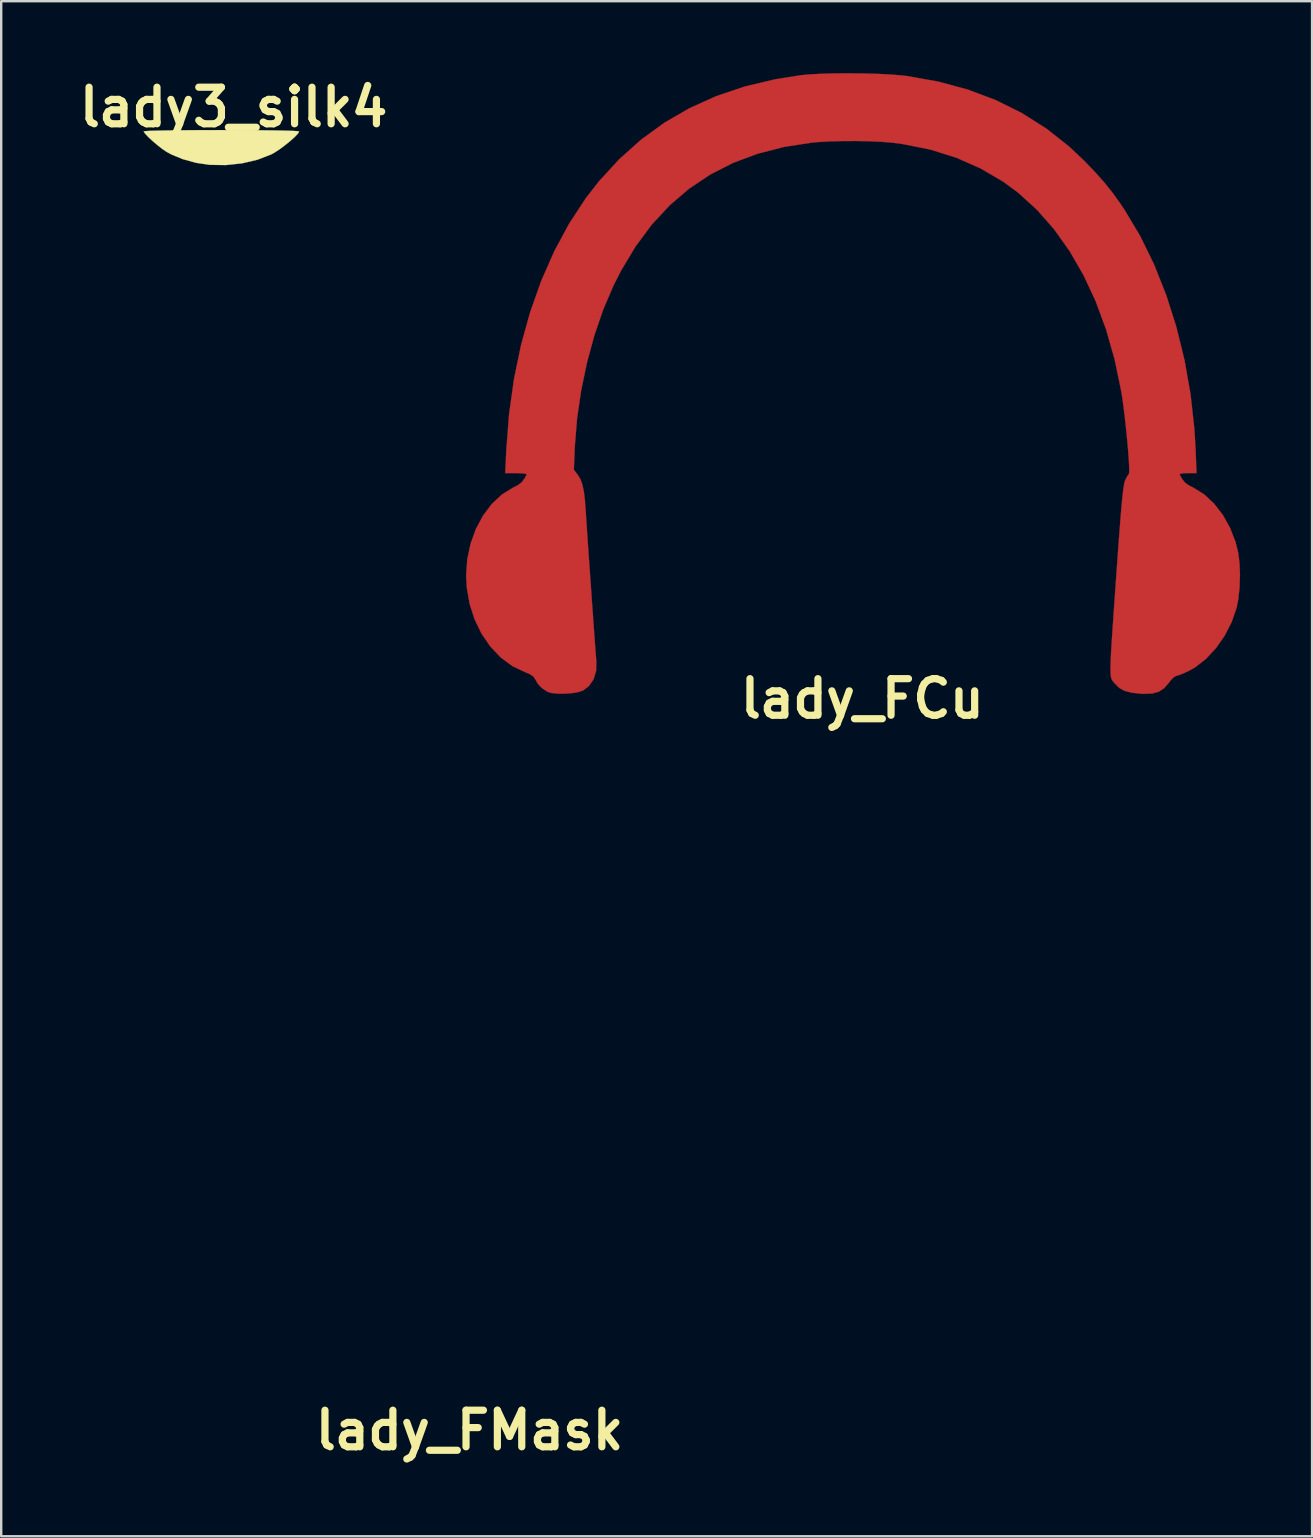
<source format=kicad_pcb>
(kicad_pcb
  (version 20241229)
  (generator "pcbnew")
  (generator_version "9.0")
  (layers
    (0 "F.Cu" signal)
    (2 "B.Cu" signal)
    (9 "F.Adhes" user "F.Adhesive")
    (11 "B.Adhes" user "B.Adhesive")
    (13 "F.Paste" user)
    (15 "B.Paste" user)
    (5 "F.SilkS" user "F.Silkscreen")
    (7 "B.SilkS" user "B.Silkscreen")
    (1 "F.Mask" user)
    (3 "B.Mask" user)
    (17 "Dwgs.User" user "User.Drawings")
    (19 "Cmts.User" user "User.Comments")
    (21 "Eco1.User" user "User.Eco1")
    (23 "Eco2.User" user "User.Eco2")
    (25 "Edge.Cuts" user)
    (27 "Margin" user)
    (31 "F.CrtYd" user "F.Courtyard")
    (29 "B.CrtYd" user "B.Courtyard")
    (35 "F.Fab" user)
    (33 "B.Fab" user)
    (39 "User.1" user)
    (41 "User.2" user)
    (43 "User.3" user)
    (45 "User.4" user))
  (footprint "lady3_silk4"
    (layer "F.Cu")
    (at 6.684 1.418)
    (property "Reference" "lady3_silk4" (at 0 0 0) (layer "F.SilkS") (effects (font (size 1.524 1.524) (thickness 0.3))))
    (attr through_hole)
    (fp_poly (pts (xy 0.158 0.954) (xy 0.769 0.957) (xy 1.317 0.962) (xy 1.79 0.968) (xy 2.178 0.977) (xy 2.471 0.986) (xy 2.658 0.997) (xy 2.73 1.008) (xy 2.731 1.009) (xy 2.682 1.097) (xy 2.551 1.236) (xy 2.363 1.405) (xy 2.142 1.584) (xy 1.912 1.755) (xy 1.697 1.895) (xy 1.573 1.963) (xy 0.996 2.187) (xy 0.351 2.338) (xy -0.324 2.41) (xy -0.991 2.401) (xy -1.556 2.318) (xy -2.113 2.165) (xy -2.584 1.972) (xy -2.792 1.859) (xy -2.961 1.746) (xy -3.159 1.592) (xy -3.362 1.42) (xy -3.544 1.252) (xy -3.68 1.11) (xy -3.744 1.018) (xy -3.747 1.007) (xy -3.685 0.996) (xy -3.508 0.986) (xy -3.229 0.977) (xy -2.857 0.97) (xy -2.407 0.963) (xy -1.889 0.958) (xy -1.316 0.954) (xy -0.698 0.953) (xy -0.508 0.953) (xy 0.158 0.954)) (stroke (width 0.01) (type solid)) (fill yes) (layer "F.SilkS")))
  (footprint "lady_FCu"
    (layer "F.Cu")
    (at 32.882 26.064)
    (property "Reference" "lady_FCu" (at 0 0 0) (layer "F.SilkS") (effects (font (size 1.524 1.524) (thickness 0.3))))
    (attr through_hole)
    (fp_poly (pts (xy 0.077 -26.052) (xy 0.664 -26.035) (xy 1.203 -26.007) (xy 1.663 -25.969) (xy 1.863 -25.946) (xy 3.173 -25.712) (xy 4.407 -25.377) (xy 5.566 -24.94) (xy 6.653 -24.4) (xy 7.669 -23.756) (xy 8.617 -23.008) (xy 9.254 -22.407) (xy 9.707 -21.935) (xy 10.089 -21.504) (xy 10.428 -21.08) (xy 10.755 -20.625) (xy 10.934 -20.358) (xy 11.584 -19.268) (xy 12.162 -18.084) (xy 12.664 -16.819) (xy 13.087 -15.488) (xy 13.427 -14.104) (xy 13.678 -12.681) (xy 13.838 -11.232) (xy 13.887 -10.398) (xy 13.926 -9.398) (xy 13.562 -9.398) (xy 13.371 -9.391) (xy 13.248 -9.371) (xy 13.221 -9.35) (xy 13.336 -9.138) (xy 13.454 -8.996) (xy 13.619 -8.882) (xy 13.8 -8.791) (xy 14.246 -8.514) (xy 14.656 -8.131) (xy 15.019 -7.662) (xy 15.321 -7.123) (xy 15.55 -6.536) (xy 15.66 -6.099) (xy 15.717 -5.659) (xy 15.736 -5.153) (xy 15.719 -4.63) (xy 15.666 -4.139) (xy 15.594 -3.778) (xy 15.386 -3.184) (xy 15.094 -2.617) (xy 14.733 -2.102) (xy 14.319 -1.658) (xy 13.87 -1.308) (xy 13.637 -1.175) (xy 13.411 -1.069) (xy 13.219 -0.99) (xy 13.097 -0.954) (xy 13.085 -0.953) (xy 12.99 -0.904) (xy 12.864 -0.779) (xy 12.785 -0.679) (xy 12.584 -0.443) (xy 12.359 -0.293) (xy 12.082 -0.216) (xy 11.725 -0.203) (xy 11.58 -0.21) (xy 11.209 -0.252) (xy 10.932 -0.326) (xy 10.718 -0.444) (xy 10.533 -0.619) (xy 10.517 -0.638) (xy 10.472 -0.689) (xy 10.434 -0.735) (xy 10.402 -0.785) (xy 10.377 -0.848) (xy 10.358 -0.934) (xy 10.346 -1.051) (xy 10.341 -1.209) (xy 10.344 -1.417) (xy 10.353 -1.683) (xy 10.371 -2.018) (xy 10.396 -2.43) (xy 10.429 -2.929) (xy 10.47 -3.523) (xy 10.519 -4.222) (xy 10.576 -5.034) (xy 10.602 -5.4) (xy 10.658 -6.188) (xy 10.707 -6.859) (xy 10.751 -7.421) (xy 10.789 -7.885) (xy 10.823 -8.259) (xy 10.853 -8.553) (xy 10.882 -8.777) (xy 10.908 -8.939) (xy 10.934 -9.05) (xy 10.956 -9.108) (xy 11.035 -9.26) (xy 11.097 -9.353) (xy 11.107 -9.363) (xy 11.121 -9.436) (xy 11.121 -9.617) (xy 11.109 -9.885) (xy 11.085 -10.223) (xy 11.053 -10.61) (xy 11.013 -11.029) (xy 10.968 -11.461) (xy 10.919 -11.885) (xy 10.868 -12.284) (xy 10.817 -12.639) (xy 10.788 -12.818) (xy 10.512 -14.141) (xy 10.155 -15.393) (xy 9.722 -16.566) (xy 9.213 -17.657) (xy 8.633 -18.659) (xy 7.985 -19.568) (xy 7.271 -20.378) (xy 6.494 -21.084) (xy 5.878 -21.538) (xy 4.937 -22.091) (xy 3.929 -22.537) (xy 2.853 -22.876) (xy 1.71 -23.107) (xy 1.193 -23.174) (xy 0.773 -23.207) (xy 0.265 -23.229) (xy -0.293 -23.238) (xy -0.86 -23.235) (xy -1.399 -23.22) (xy -1.871 -23.193) (xy -2.082 -23.174) (xy -3.261 -22.992) (xy -4.362 -22.709) (xy -5.388 -22.326) (xy -6.34 -21.84) (xy -7.22 -21.251) (xy -8.03 -20.556) (xy -8.772 -19.756) (xy -9.447 -18.847) (xy -10.056 -17.831) (xy -10.367 -17.219) (xy -10.789 -16.235) (xy -11.159 -15.16) (xy -11.469 -14.023) (xy -11.714 -12.853) (xy -11.886 -11.676) (xy -11.979 -10.523) (xy -11.982 -10.47) (xy -12.02 -9.541) (xy -11.854 -9.323) (xy -11.745 -9.144) (xy -11.662 -8.915) (xy -11.6 -8.616) (xy -11.555 -8.227) (xy -11.529 -7.874) (xy -11.514 -7.633) (xy -11.492 -7.298) (xy -11.464 -6.885) (xy -11.432 -6.411) (xy -11.396 -5.89) (xy -11.357 -5.338) (xy -11.317 -4.77) (xy -11.277 -4.204) (xy -11.238 -3.653) (xy -11.201 -3.134) (xy -11.167 -2.662) (xy -11.137 -2.253) (xy -11.112 -1.923) (xy -11.094 -1.687) (xy -11.083 -1.561) (xy -11.083 -1.556) (xy -11.091 -1.158) (xy -11.199 -0.806) (xy -11.397 -0.521) (xy -11.642 -0.339) (xy -11.836 -0.274) (xy -12.106 -0.23) (xy -12.41 -0.209) (xy -12.708 -0.211) (xy -12.959 -0.238) (xy -13.113 -0.286) (xy -13.36 -0.447) (xy -13.526 -0.63) (xy -13.612 -0.784) (xy -13.709 -0.925) (xy -13.865 -1.03) (xy -14.045 -1.103) (xy -14.581 -1.357) (xy -15.068 -1.718) (xy -15.498 -2.172) (xy -15.864 -2.705) (xy -16.155 -3.304) (xy -16.365 -3.955) (xy -16.484 -4.644) (xy -16.509 -5.13) (xy -16.462 -5.809) (xy -16.323 -6.462) (xy -16.101 -7.075) (xy -15.804 -7.63) (xy -15.441 -8.113) (xy -15.02 -8.507) (xy -14.556 -8.793) (xy -14.33 -8.912) (xy -14.181 -9.03) (xy -14.066 -9.19) (xy -13.983 -9.35) (xy -14.029 -9.373) (xy -14.173 -9.39) (xy -14.385 -9.398) (xy -14.419 -9.398) (xy -14.879 -9.398) (xy -14.836 -10.347) (xy -14.72 -11.857) (xy -14.513 -13.329) (xy -14.218 -14.753) (xy -13.837 -16.121) (xy -13.374 -17.424) (xy -12.832 -18.653) (xy -12.214 -19.799) (xy -11.523 -20.853) (xy -10.975 -21.558) (xy -10.129 -22.48) (xy -9.219 -23.294) (xy -8.243 -24.003) (xy -7.198 -24.608) (xy -6.082 -25.11) (xy -4.892 -25.511) (xy -3.625 -25.812) (xy -2.572 -25.979) (xy -2.178 -26.016) (xy -1.687 -26.041) (xy -1.128 -26.056) (xy -0.531 -26.059) (xy 0.077 -26.052)) (stroke (width 0.01) (type solid)) (fill yes) (layer "F.Cu")))
  (footprint "lady_FMask"
    (layer "F.Cu")
    (at 16.514 56.547)
    (property "Reference" "lady_FMask" (at 0 0 0) (layer "F.SilkS") (effects (font (size 1.524 1.524) (thickness 0.3))))
    (attr through_hole)
    (fp_poly (pts (xy 0.077 -26.052) (xy 0.664 -26.035) (xy 1.203 -26.007) (xy 1.663 -25.969) (xy 1.863 -25.946) (xy 3.173 -25.712) (xy 4.407 -25.377) (xy 5.566 -24.94) (xy 6.653 -24.4) (xy 7.669 -23.756) (xy 8.617 -23.008) (xy 9.254 -22.407) (xy 9.707 -21.935) (xy 10.089 -21.504) (xy 10.428 -21.08) (xy 10.755 -20.625) (xy 10.934 -20.358) (xy 11.584 -19.268) (xy 12.162 -18.084) (xy 12.664 -16.819) (xy 13.087 -15.488) (xy 13.427 -14.104) (xy 13.678 -12.681) (xy 13.838 -11.232) (xy 13.887 -10.398) (xy 13.926 -9.398) (xy 13.562 -9.398) (xy 13.371 -9.391) (xy 13.248 -9.371) (xy 13.221 -9.35) (xy 13.336 -9.138) (xy 13.454 -8.996) (xy 13.619 -8.882) (xy 13.8 -8.791) (xy 14.246 -8.514) (xy 14.656 -8.131) (xy 15.019 -7.662) (xy 15.321 -7.123) (xy 15.55 -6.536) (xy 15.66 -6.099) (xy 15.717 -5.659) (xy 15.736 -5.153) (xy 15.719 -4.63) (xy 15.666 -4.139) (xy 15.594 -3.778) (xy 15.386 -3.184) (xy 15.094 -2.617) (xy 14.733 -2.102) (xy 14.319 -1.658) (xy 13.87 -1.308) (xy 13.637 -1.175) (xy 13.411 -1.069) (xy 13.219 -0.99) (xy 13.097 -0.954) (xy 13.085 -0.953) (xy 12.99 -0.904) (xy 12.864 -0.779) (xy 12.785 -0.679) (xy 12.584 -0.443) (xy 12.359 -0.293) (xy 12.082 -0.216) (xy 11.725 -0.203) (xy 11.58 -0.21) (xy 11.209 -0.252) (xy 10.932 -0.326) (xy 10.718 -0.444) (xy 10.533 -0.619) (xy 10.517 -0.638) (xy 10.472 -0.689) (xy 10.434 -0.735) (xy 10.402 -0.785) (xy 10.377 -0.848) (xy 10.358 -0.934) (xy 10.346 -1.051) (xy 10.341 -1.209) (xy 10.344 -1.417) (xy 10.353 -1.683) (xy 10.371 -2.018) (xy 10.396 -2.43) (xy 10.429 -2.929) (xy 10.47 -3.523) (xy 10.519 -4.222) (xy 10.576 -5.034) (xy 10.602 -5.4) (xy 10.658 -6.188) (xy 10.707 -6.859) (xy 10.751 -7.421) (xy 10.789 -7.885) (xy 10.823 -8.259) (xy 10.853 -8.553) (xy 10.882 -8.777) (xy 10.908 -8.939) (xy 10.934 -9.05) (xy 10.956 -9.108) (xy 11.035 -9.26) (xy 11.097 -9.353) (xy 11.107 -9.363) (xy 11.121 -9.436) (xy 11.121 -9.617) (xy 11.109 -9.885) (xy 11.085 -10.223) (xy 11.053 -10.61) (xy 11.013 -11.029) (xy 10.968 -11.461) (xy 10.919 -11.885) (xy 10.868 -12.284) (xy 10.817 -12.639) (xy 10.788 -12.818) (xy 10.512 -14.141) (xy 10.155 -15.393) (xy 9.722 -16.566) (xy 9.213 -17.657) (xy 8.633 -18.659) (xy 7.985 -19.568) (xy 7.271 -20.378) (xy 6.494 -21.084) (xy 5.878 -21.538) (xy 4.937 -22.091) (xy 3.929 -22.537) (xy 2.853 -22.876) (xy 1.71 -23.107) (xy 1.193 -23.174) (xy 0.773 -23.207) (xy 0.265 -23.229) (xy -0.293 -23.238) (xy -0.86 -23.235) (xy -1.399 -23.22) (xy -1.871 -23.193) (xy -2.082 -23.174) (xy -3.261 -22.992) (xy -4.362 -22.709) (xy -5.388 -22.326) (xy -6.34 -21.84) (xy -7.22 -21.251) (xy -8.03 -20.556) (xy -8.772 -19.756) (xy -9.447 -18.847) (xy -10.056 -17.831) (xy -10.367 -17.219) (xy -10.789 -16.235) (xy -11.159 -15.16) (xy -11.469 -14.023) (xy -11.714 -12.853) (xy -11.886 -11.676) (xy -11.979 -10.523) (xy -11.982 -10.47) (xy -12.02 -9.541) (xy -11.854 -9.323) (xy -11.745 -9.144) (xy -11.662 -8.915) (xy -11.6 -8.616) (xy -11.555 -8.227) (xy -11.529 -7.874) (xy -11.514 -7.633) (xy -11.492 -7.298) (xy -11.464 -6.885) (xy -11.432 -6.411) (xy -11.396 -5.89) (xy -11.357 -5.338) (xy -11.317 -4.77) (xy -11.277 -4.204) (xy -11.238 -3.653) (xy -11.201 -3.134) (xy -11.167 -2.662) (xy -11.137 -2.253) (xy -11.112 -1.923) (xy -11.094 -1.687) (xy -11.083 -1.561) (xy -11.083 -1.556) (xy -11.091 -1.158) (xy -11.199 -0.806) (xy -11.397 -0.521) (xy -11.642 -0.339) (xy -11.836 -0.274) (xy -12.106 -0.23) (xy -12.41 -0.209) (xy -12.708 -0.211) (xy -12.959 -0.238) (xy -13.113 -0.286) (xy -13.36 -0.447) (xy -13.526 -0.63) (xy -13.612 -0.784) (xy -13.709 -0.925) (xy -13.865 -1.03) (xy -14.045 -1.103) (xy -14.581 -1.357) (xy -15.068 -1.718) (xy -15.498 -2.172) (xy -15.864 -2.705) (xy -16.155 -3.304) (xy -16.365 -3.955) (xy -16.484 -4.644) (xy -16.509 -5.13) (xy -16.462 -5.809) (xy -16.323 -6.462) (xy -16.101 -7.075) (xy -15.804 -7.63) (xy -15.441 -8.113) (xy -15.02 -8.507) (xy -14.556 -8.793) (xy -14.33 -8.912) (xy -14.181 -9.03) (xy -14.066 -9.19) (xy -13.983 -9.35) (xy -14.029 -9.373) (xy -14.173 -9.39) (xy -14.385 -9.398) (xy -14.419 -9.398) (xy -14.879 -9.398) (xy -14.836 -10.347) (xy -14.72 -11.857) (xy -14.513 -13.329) (xy -14.218 -14.753) (xy -13.837 -16.121) (xy -13.374 -17.424) (xy -12.832 -18.653) (xy -12.214 -19.799) (xy -11.523 -20.853) (xy -10.975 -21.558) (xy -10.129 -22.48) (xy -9.219 -23.294) (xy -8.243 -24.003) (xy -7.198 -24.608) (xy -6.082 -25.11) (xy -4.892 -25.511) (xy -3.625 -25.812) (xy -2.572 -25.979) (xy -2.178 -26.016) (xy -1.687 -26.041) (xy -1.128 -26.056) (xy -0.531 -26.059) (xy 0.077 -26.052)) (stroke (width 0.01) (type solid)) (fill yes) (layer "F.Mask")))
  (gr_rect
    (start -3 -3)
    (end 51.623 60.965)
    (stroke (width 0.1) (type default))
    (fill no)
    (layer "Edge.Cuts")))
</source>
